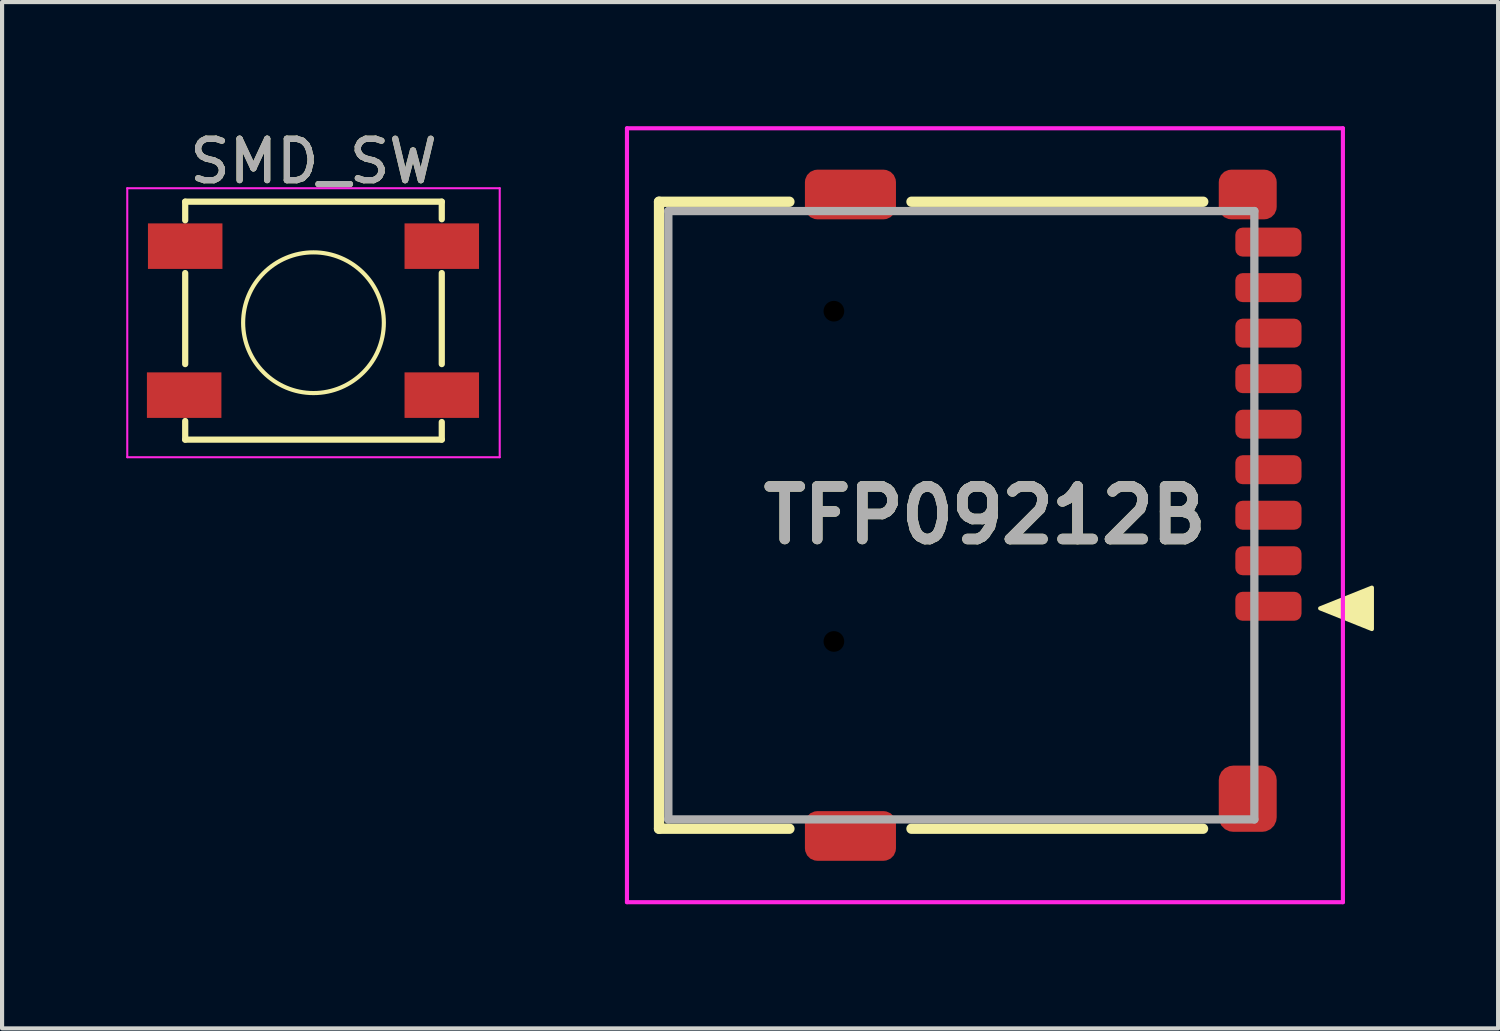
<source format=kicad_pcb>
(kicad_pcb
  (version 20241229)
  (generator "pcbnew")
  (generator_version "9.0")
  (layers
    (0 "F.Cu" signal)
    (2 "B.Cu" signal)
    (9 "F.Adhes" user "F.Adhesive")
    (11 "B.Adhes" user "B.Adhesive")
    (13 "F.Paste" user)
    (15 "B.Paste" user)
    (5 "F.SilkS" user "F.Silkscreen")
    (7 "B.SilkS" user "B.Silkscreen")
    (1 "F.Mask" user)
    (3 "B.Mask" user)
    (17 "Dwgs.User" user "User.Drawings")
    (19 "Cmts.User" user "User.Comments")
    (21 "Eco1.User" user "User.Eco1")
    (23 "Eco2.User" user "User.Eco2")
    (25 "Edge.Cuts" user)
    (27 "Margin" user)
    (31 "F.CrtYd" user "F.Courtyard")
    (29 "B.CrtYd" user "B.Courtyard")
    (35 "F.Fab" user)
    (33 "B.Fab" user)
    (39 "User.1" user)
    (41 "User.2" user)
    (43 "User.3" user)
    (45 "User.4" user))
  (footprint "TFP09212B"
    (layer "F.Cu")
    (at 13.1 9.4)
    (property "Reference" "TFP09212B" (at 7.65 0 0) (layer "F.SilkS") (effects (font (size 1.27 1.27) (thickness 0.254))))
    (attr through_hole)
    (fp_line (start -0.225 -7.575) (end -0.225 7.575) (stroke (width 0.25) (type solid)) (layer "F.SilkS"))
    (fp_line (start -0.225 7.575) (end 2.925 7.575) (stroke (width 0.25) (type solid)) (layer "F.SilkS"))
    (fp_line (start 2.925 -7.575) (end -0.225 -7.575) (stroke (width 0.25) (type solid)) (layer "F.SilkS"))
    (fp_line (start 5.875 7.575) (end 12.92 7.575) (stroke (width 0.25) (type solid)) (layer "F.SilkS"))
    (fp_line (start 12.925 -7.575) (end 5.875 -7.575) (stroke (width 0.25) (type solid)) (layer "F.SilkS"))
    (fp_poly (pts (xy 17 2.75) (xy 15.75 2.25) (xy 17 1.75)) (stroke (width 0.1) (type solid)) (fill yes) (layer "F.SilkS"))
    (fp_line (start -1 -9.35) (end 16.3 -9.35) (stroke (width 0.1) (type solid)) (layer "F.CrtYd"))
    (fp_line (start -1 9.35) (end -1 -9.35) (stroke (width 0.1) (type solid)) (layer "F.CrtYd"))
    (fp_line (start 16.3 -9.35) (end 16.3 9.35) (stroke (width 0.1) (type solid)) (layer "F.CrtYd"))
    (fp_line (start 16.3 9.35) (end -1 9.35) (stroke (width 0.1) (type solid)) (layer "F.CrtYd"))
    (fp_line (start 0 -7.35) (end 14.16 -7.35) (stroke (width 0.2) (type solid)) (layer "F.Fab"))
    (fp_line (start 0 7.35) (end 0 -7.35) (stroke (width 0.2) (type solid)) (layer "F.Fab"))
    (fp_line (start 14.16 -7.35) (end 14.16 7.35) (stroke (width 0.2) (type solid)) (layer "F.Fab"))
    (fp_line (start 14.16 7.35) (end 0 7.35) (stroke (width 0.2) (type solid)) (layer "F.Fab"))
    (fp_text user "${REFERENCE}" (at 7.65 0 0) (layer "F.Fab") (effects (font (size 1.27 1.27) (thickness 0.254))))
    (pad "" np_thru_hole circle (at 4 -4.93) (size 0.5 0.5) (drill 1) (layers "*.Mask"))
    (pad "" np_thru_hole circle (at 4 3.05) (size 0.5 0.5) (drill 1) (layers "*.Mask"))
    (pad "1" smd roundrect (at 14.5 2.2 90) (size 0.7 1.6) (layers "F.Cu" "F.Mask" "F.Paste") (roundrect_rratio 0.25))
    (pad "2" smd roundrect (at 14.5 1.1 90) (size 0.7 1.6) (layers "F.Cu" "F.Mask" "F.Paste") (roundrect_rratio 0.25))
    (pad "3" smd roundrect (at 14.5 0 90) (size 0.7 1.6) (layers "F.Cu" "F.Mask" "F.Paste") (roundrect_rratio 0.25))
    (pad "4" smd roundrect (at 14.5 -1.1 90) (size 0.7 1.6) (layers "F.Cu" "F.Mask" "F.Paste") (roundrect_rratio 0.25))
    (pad "5" smd roundrect (at 14.5 -2.2 90) (size 0.7 1.6) (layers "F.Cu" "F.Mask" "F.Paste") (roundrect_rratio 0.25))
    (pad "6" smd roundrect (at 14.5 -3.3 90) (size 0.7 1.6) (layers "F.Cu" "F.Mask" "F.Paste") (roundrect_rratio 0.25))
    (pad "7" smd roundrect (at 14.5 -4.4 90) (size 0.7 1.6) (layers "F.Cu" "F.Mask" "F.Paste") (roundrect_rratio 0.25))
    (pad "8" smd roundrect (at 14.5 -5.5 90) (size 0.7 1.6) (layers "F.Cu" "F.Mask" "F.Paste") (roundrect_rratio 0.25))
    (pad "9" smd roundrect (at 14.5 -6.6 90) (size 0.7 1.6) (layers "F.Cu" "F.Mask" "F.Paste") (roundrect_rratio 0.25))
    (pad "10" smd roundrect (at 14 -7.75 90) (size 1.2 1.4) (layers "F.Cu" "F.Mask" "F.Paste") (roundrect_rratio 0.25))
    (pad "11" smd roundrect (at 4.4 -7.75 90) (size 1.2 2.2) (layers "F.Cu" "F.Mask" "F.Paste") (roundrect_rratio 0.25))
    (pad "12" smd roundrect (at 4.4 7.75 90) (size 1.2 2.2) (layers "F.Cu" "F.Mask" "F.Paste") (roundrect_rratio 0.25))
    (pad "13" smd roundrect (at 14 6.85) (size 1.4 1.6) (layers "F.Cu" "F.Mask" "F.Paste") (roundrect_rratio 0.25)))
  (footprint "SMD_SW"
    (layer "F.Cu")
    (at 4.525 4.748)
    (property "Reference" "SMD_SW" (at 0 -3.9 0) (layer "F.SilkS") (effects (font (size 1 1) (thickness 0.15))))
    (attr smd)
    (fp_line (start -3.1 -2.925) (end 3.1 -2.925) (stroke (width 0.15) (type solid)) (layer "F.SilkS"))
    (fp_line (start -3.1 -2.475) (end -3.1 -2.925) (stroke (width 0.15) (type solid)) (layer "F.SilkS"))
    (fp_line (start -3.1 -1.2) (end -3.1 1) (stroke (width 0.15) (type solid)) (layer "F.SilkS"))
    (fp_line (start -3.1 2.375) (end -3.1 2.825) (stroke (width 0.15) (type solid)) (layer "F.SilkS"))
    (fp_line (start -3.1 2.825) (end 3.1 2.825) (stroke (width 0.15) (type solid)) (layer "F.SilkS"))
    (fp_line (start 3.1 -2.925) (end 3.1 -2.5) (stroke (width 0.15) (type solid)) (layer "F.SilkS"))
    (fp_line (start 3.1 -1.2) (end 3.1 1) (stroke (width 0.15) (type solid)) (layer "F.SilkS"))
    (fp_line (start 3.1 2.825) (end 3.1 2.4) (stroke (width 0.15) (type solid)) (layer "F.SilkS"))
    (fp_circle (center 0 0) (end 1.7 0) (stroke (width 0.1) (type solid)) (fill no) (layer "F.SilkS"))
    (fp_line (start -4.5 -3.25) (end 4.5 -3.25) (stroke (width 0.05) (type solid)) (layer "F.CrtYd"))
    (fp_line (start -4.5 3.25) (end -4.5 -3.25) (stroke (width 0.05) (type solid)) (layer "F.CrtYd"))
    (fp_line (start 4.5 -3.25) (end 4.5 3.25) (stroke (width 0.05) (type solid)) (layer "F.CrtYd"))
    (fp_line (start 4.5 3.25) (end -4.5 3.25) (stroke (width 0.05) (type solid)) (layer "F.CrtYd"))
    (fp_text user "${REFERENCE}" (at 0 -3.9 0) (layer "F.Fab") (effects (font (size 1 1) (thickness 0.15))))
    (pad "1" smd rect (at -3.1 -1.85) (size 1.8 1.1) (layers "F.Cu" "F.Mask" "F.Paste"))
    (pad "1" smd rect (at 3.1 -1.85) (size 1.8 1.1) (layers "F.Cu" "F.Mask" "F.Paste"))
    (pad "2" smd rect (at -3.125 1.75) (size 1.8 1.1) (layers "F.Cu" "F.Mask" "F.Paste"))
    (pad "2" smd rect (at 3.1 1.75) (size 1.8 1.1) (layers "F.Cu" "F.Mask" "F.Paste")))
  (gr_rect
    (start -3 -3)
    (end 33.15 21.8)
    (stroke (width 0.1) (type default))
    (fill no)
    (layer "Edge.Cuts")))
</source>
